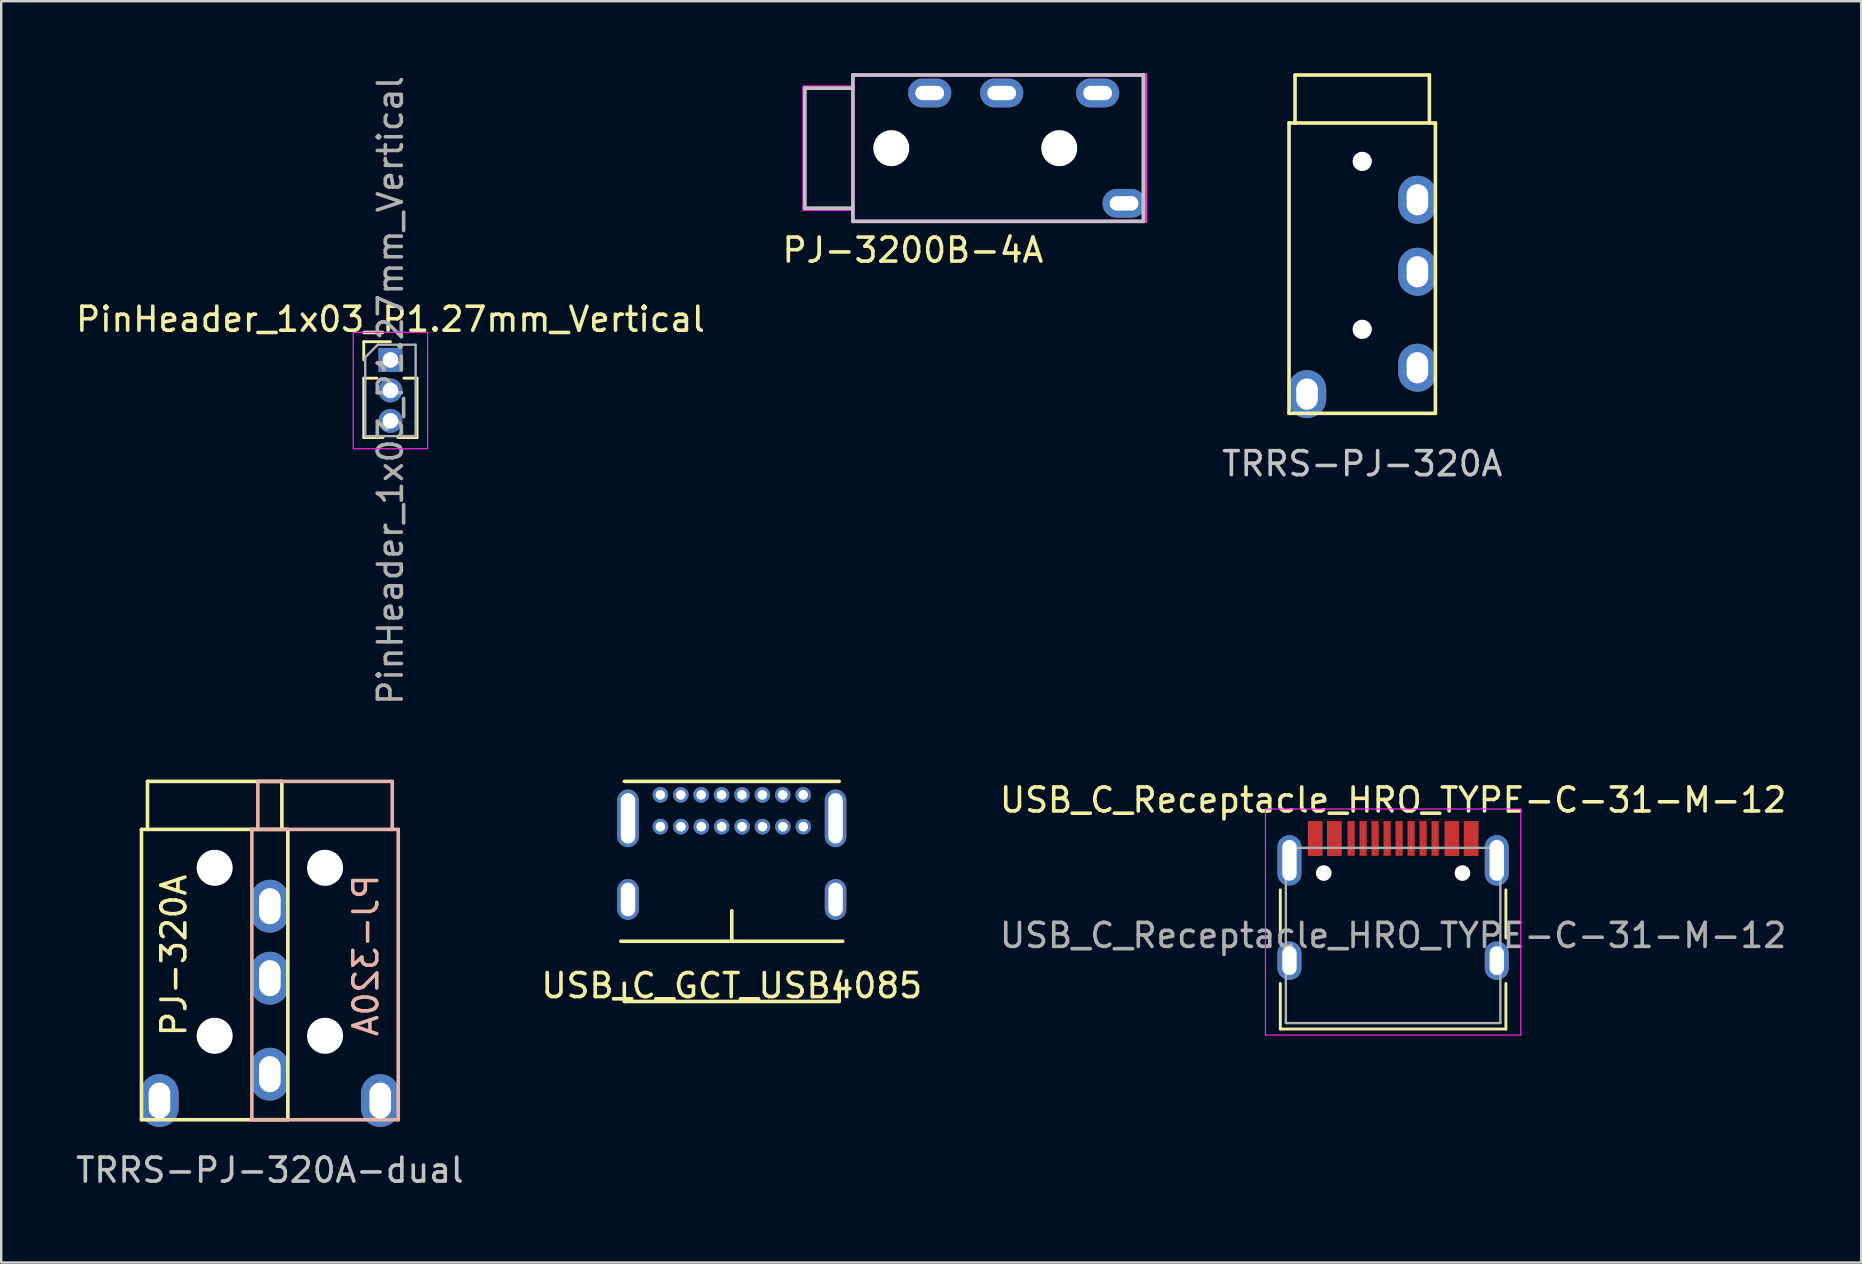
<source format=kicad_pcb>
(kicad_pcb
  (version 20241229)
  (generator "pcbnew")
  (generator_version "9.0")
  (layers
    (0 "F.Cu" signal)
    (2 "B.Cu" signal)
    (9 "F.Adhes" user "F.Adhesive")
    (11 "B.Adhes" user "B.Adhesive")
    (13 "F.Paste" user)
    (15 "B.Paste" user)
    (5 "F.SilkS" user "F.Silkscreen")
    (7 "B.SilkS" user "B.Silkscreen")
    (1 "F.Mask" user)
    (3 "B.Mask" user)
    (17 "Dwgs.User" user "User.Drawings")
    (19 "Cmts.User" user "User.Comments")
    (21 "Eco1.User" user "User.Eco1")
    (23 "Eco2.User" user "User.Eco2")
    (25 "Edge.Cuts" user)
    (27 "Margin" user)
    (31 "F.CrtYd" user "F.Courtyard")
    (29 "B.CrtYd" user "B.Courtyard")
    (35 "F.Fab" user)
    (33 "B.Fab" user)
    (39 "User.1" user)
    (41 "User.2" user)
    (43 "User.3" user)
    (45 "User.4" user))
  (footprint "USB_C_Receptacle_HRO_TYPE-C-31-M-12"
    (layer "F.Cu")
    (at 55.006 35.934)
    (property "Reference" "USB_C_Receptacle_HRO_TYPE-C-31-M-12" (at 0 -5.645 0) (layer "F.SilkS") (effects (font (size 1 1) (thickness 0.15))))
    (attr smd)
    (fp_line (start -4.7 -1.9) (end -4.7 0.1) (stroke (width 0.12) (type solid)) (layer "F.SilkS"))
    (fp_line (start -4.7 2) (end -4.7 3.9) (stroke (width 0.12) (type solid)) (layer "F.SilkS"))
    (fp_line (start -4.7 3.9) (end 4.7 3.9) (stroke (width 0.12) (type solid)) (layer "F.SilkS"))
    (fp_line (start 4.7 -1.9) (end 4.7 0.1) (stroke (width 0.12) (type solid)) (layer "F.SilkS"))
    (fp_line (start 4.7 2) (end 4.7 3.9) (stroke (width 0.12) (type solid)) (layer "F.SilkS"))
    (fp_line (start -5.32 -5.27) (end -5.32 4.15) (stroke (width 0.05) (type solid)) (layer "F.CrtYd"))
    (fp_line (start -5.32 -5.27) (end 5.32 -5.27) (stroke (width 0.05) (type solid)) (layer "F.CrtYd"))
    (fp_line (start -5.32 4.15) (end 5.32 4.15) (stroke (width 0.05) (type solid)) (layer "F.CrtYd"))
    (fp_line (start 5.32 -5.27) (end 5.32 4.15) (stroke (width 0.05) (type solid)) (layer "F.CrtYd"))
    (fp_line (start -4.47 -3.65) (end -4.47 3.65) (stroke (width 0.1) (type solid)) (layer "F.Fab"))
    (fp_line (start -4.47 -3.65) (end 4.47 -3.65) (stroke (width 0.1) (type solid)) (layer "F.Fab"))
    (fp_line (start -4.47 3.65) (end 4.47 3.65) (stroke (width 0.1) (type solid)) (layer "F.Fab"))
    (fp_line (start 4.47 -3.65) (end 4.47 3.65) (stroke (width 0.1) (type solid)) (layer "F.Fab"))
    (fp_text user "${REFERENCE}" (at 0 0 0) (layer "F.Fab") (effects (font (size 1 1) (thickness 0.15))))
    (pad "" np_thru_hole circle (at -2.89 -2.6) (size 0.65 0.65) (drill 0.65) (layers "*.Cu" "*.Mask"))
    (pad "" np_thru_hole circle (at 2.89 -2.6) (size 0.65 0.65) (drill 0.65) (layers "*.Cu" "*.Mask"))
    (pad "A1" smd rect (at -3.25 -4.045) (size 0.6 1.45) (layers "F.Cu" "F.Mask" "F.Paste"))
    (pad "A4" smd rect (at -2.45 -4.045) (size 0.6 1.45) (layers "F.Cu" "F.Mask" "F.Paste"))
    (pad "A5" smd rect (at -1.25 -4.045) (size 0.3 1.45) (layers "F.Cu" "F.Mask" "F.Paste"))
    (pad "A6" smd rect (at -0.25 -4.045) (size 0.3 1.45) (layers "F.Cu" "F.Mask" "F.Paste"))
    (pad "A7" smd rect (at 0.25 -4.045) (size 0.3 1.45) (layers "F.Cu" "F.Mask" "F.Paste"))
    (pad "A8" smd rect (at 1.25 -4.045) (size 0.3 1.45) (layers "F.Cu" "F.Mask" "F.Paste"))
    (pad "A9" smd rect (at 2.45 -4.045) (size 0.6 1.45) (layers "F.Cu" "F.Mask" "F.Paste"))
    (pad "A12" smd rect (at 3.25 -4.045) (size 0.6 1.45) (layers "F.Cu" "F.Mask" "F.Paste"))
    (pad "B1" smd rect (at 3.25 -4.045) (size 0.6 1.45) (layers "F.Cu" "F.Mask" "F.Paste"))
    (pad "B4" smd rect (at 2.45 -4.045) (size 0.6 1.45) (layers "F.Cu" "F.Mask" "F.Paste"))
    (pad "B5" smd rect (at 1.75 -4.045) (size 0.3 1.45) (layers "F.Cu" "F.Mask" "F.Paste"))
    (pad "B6" smd rect (at 0.75 -4.045) (size 0.3 1.45) (layers "F.Cu" "F.Mask" "F.Paste"))
    (pad "B7" smd rect (at -0.75 -4.045) (size 0.3 1.45) (layers "F.Cu" "F.Mask" "F.Paste"))
    (pad "B8" smd rect (at -1.75 -4.045) (size 0.3 1.45) (layers "F.Cu" "F.Mask" "F.Paste"))
    (pad "B9" smd rect (at -2.45 -4.045) (size 0.6 1.45) (layers "F.Cu" "F.Mask" "F.Paste"))
    (pad "B12" smd rect (at -3.25 -4.045) (size 0.6 1.45) (layers "F.Cu" "F.Mask" "F.Paste"))
    (pad "S1" thru_hole oval (at -4.32 -3.13) (size 1 2.1) (drill oval 0.6 1.7) (layers "*.Cu" "*.Mask"))
    (pad "S1" thru_hole oval (at -4.32 1.05) (size 1 1.6) (drill oval 0.6 1.2) (layers "*.Cu" "*.Mask"))
    (pad "S1" thru_hole oval (at 4.32 -3.13) (size 1 2.1) (drill oval 0.6 1.7) (layers "*.Cu" "*.Mask"))
    (pad "S1" thru_hole oval (at 4.32 1.05) (size 1 1.6) (drill oval 0.6 1.2) (layers "*.Cu" "*.Mask")))
  (footprint "PJ-3200B-4A"
    (layer "F.Cu")
    (at 32.494 3.125)
    (property "Reference" "PJ-3200B-4A" (at 2.5 4.25 0) (layer "F.SilkS") (effects (font (size 1 1) (thickness 0.15))))
    (attr through_hole)
    (fp_line (start -2 2.5) (end -2 -2.5) (stroke (width 0.15) (type solid)) (layer "Dwgs.User"))
    (fp_line (start 0 -3.05) (end 0 3.05) (stroke (width 0.15) (type solid)) (layer "Dwgs.User"))
    (fp_line (start 0 -3.05) (end 12.1 -3.05) (stroke (width 0.15) (type solid)) (layer "Dwgs.User"))
    (fp_line (start 0 -2.5) (end -2 -2.5) (stroke (width 0.15) (type solid)) (layer "Dwgs.User"))
    (fp_line (start 0 2.5) (end -2 2.5) (stroke (width 0.15) (type solid)) (layer "Dwgs.User"))
    (fp_line (start 0 3.05) (end 12.1 3.05) (stroke (width 0.15) (type solid)) (layer "Dwgs.User"))
    (fp_line (start 12.1 -3.05) (end 12.1 3.05) (stroke (width 0.15) (type solid)) (layer "Dwgs.User"))
    (fp_line (start -2.032 -2.54) (end -2.032 2.54) (stroke (width 0.15) (type solid)) (layer "F.CrtYd"))
    (fp_line (start -2.032 2.54) (end 0 2.54) (stroke (width 0.15) (type solid)) (layer "F.CrtYd"))
    (fp_line (start 0 -3.048) (end 12.192 -3.048) (stroke (width 0.15) (type solid)) (layer "F.CrtYd"))
    (fp_line (start 0 -2.54) (end -2.032 -2.54) (stroke (width 0.15) (type solid)) (layer "F.CrtYd"))
    (fp_line (start 0 3.048) (end 0 -3.048) (stroke (width 0.15) (type solid)) (layer "F.CrtYd"))
    (fp_line (start 12.192 -3.048) (end 12.192 3.048) (stroke (width 0.15) (type solid)) (layer "F.CrtYd"))
    (fp_line (start 12.192 3.048) (end 0 3.048) (stroke (width 0.15) (type solid)) (layer "F.CrtYd"))
    (pad "" np_thru_hole circle (at 1.6 0) (size 1.5 1.5) (drill 1.5) (layers "*.Cu" "*.Mask"))
    (pad "" np_thru_hole circle (at 8.6 0) (size 1.5 1.5) (drill 1.5) (layers "*.Cu" "*.Mask"))
    (pad "1" thru_hole oval (at 3.2 -2.3) (size 1.8 1.2) (drill oval 1.2 0.6) (layers "*.Cu" "*.Mask"))
    (pad "2" thru_hole oval (at 6.2 -2.3) (size 1.8 1.2) (drill oval 1.2 0.6) (layers "*.Cu" "*.Mask"))
    (pad "3" thru_hole oval (at 10.2 -2.3) (size 1.8 1.2) (drill oval 1.2 0.6) (layers "*.Cu" "*.Mask"))
    (pad "4" thru_hole oval (at 11.3 2.3) (size 1.8 1.2) (drill oval 1.2 0.6) (layers "*.Cu" "*.Mask")))
  (footprint "TRRS-PJ-320A-dual"
    (layer "F.Cu")
    (at 8.196 31.515)
    (property "Reference" "TRRS-PJ-320A-dual" (at 0 14.2 0) (layer "Dwgs.User") (effects (font (size 1 1) (thickness 0.15))))
    (attr through_hole)
    (fp_line (start -5.35 0) (end -5.35 12.1) (stroke (width 0.15) (type solid)) (layer "F.SilkS"))
    (fp_line (start -5.1 0) (end -5.1 -2) (stroke (width 0.15) (type solid)) (layer "F.SilkS"))
    (fp_line (start 0.5 -2) (end -5.1 -2) (stroke (width 0.15) (type solid)) (layer "F.SilkS"))
    (fp_line (start 0.5 0) (end 0.5 -2) (stroke (width 0.15) (type solid)) (layer "F.SilkS"))
    (fp_line (start 0.75 0) (end -5.35 0) (stroke (width 0.15) (type solid)) (layer "F.SilkS"))
    (fp_line (start 0.75 0) (end 0.75 12.1) (stroke (width 0.15) (type solid)) (layer "F.SilkS"))
    (fp_line (start 0.75 12.1) (end -5.35 12.1) (stroke (width 0.15) (type solid)) (layer "F.SilkS"))
    (fp_line (start -0.75 0) (end -0.75 12.1) (stroke (width 0.15) (type solid)) (layer "B.SilkS"))
    (fp_line (start -0.75 0) (end 5.35 0) (stroke (width 0.15) (type solid)) (layer "B.SilkS"))
    (fp_line (start -0.75 12.1) (end 5.35 12.1) (stroke (width 0.15) (type solid)) (layer "B.SilkS"))
    (fp_line (start -0.5 -2) (end 5.1 -2) (stroke (width 0.15) (type solid)) (layer "B.SilkS"))
    (fp_line (start -0.5 0) (end -0.5 -2) (stroke (width 0.15) (type solid)) (layer "B.SilkS"))
    (fp_line (start 5.1 0) (end 5.1 -2) (stroke (width 0.15) (type solid)) (layer "B.SilkS"))
    (fp_line (start 5.35 0) (end 5.35 12.1) (stroke (width 0.15) (type solid)) (layer "B.SilkS"))
    (fp_text user "PJ-320A" (at -4 5.25 90) (layer "F.SilkS") (effects (font (size 1 1) (thickness 0.15))))
    (fp_text user "PJ-320A" (at 4 5.25 270) (layer "B.SilkS") (effects (font (size 1 1) (thickness 0.15)) (justify mirror)))
    (pad "" np_thru_hole circle (at -2.3 1.6) (size 1.5 1.5) (drill 1.5) (layers "*.Cu" "*.Mask"))
    (pad "" np_thru_hole circle (at -2.3 8.6) (size 1.5 1.5) (drill 1.5) (layers "*.Cu" "*.Mask"))
    (pad "" np_thru_hole circle (at 2.3 1.6) (size 1.5 1.5) (drill 1.5) (layers "*.Cu" "*.Mask"))
    (pad "" np_thru_hole circle (at 2.3 8.6) (size 1.5 1.5) (drill 1.5) (layers "*.Cu" "*.Mask"))
    (pad "1" thru_hole oval (at -4.6 11.3) (size 1.6 2.2) (drill oval 0.9 1.5) (layers "*.Cu" "*.Mask"))
    (pad "1" thru_hole oval (at 4.6 11.3) (size 1.6 2.2) (drill oval 0.9 1.5) (layers "*.Cu" "*.Mask"))
    (pad "2" thru_hole oval (at 0 10.2) (size 1.6 2.2) (drill oval 0.9 1.5) (layers "*.Cu" "*.Mask"))
    (pad "3" thru_hole oval (at 0 6.2) (size 1.6 2.2) (drill oval 0.9 1.5) (layers "*.Cu" "*.Mask"))
    (pad "4" thru_hole oval (at 0 3.2) (size 1.6 2.2) (drill oval 0.9 1.5) (layers "*.Cu" "*.Mask")))
  (footprint "PinHeader_1x03_P1.27mm_Vertical"
    (layer "F.Cu")
    (at 13.22 11.95)
    (property "Reference" "PinHeader_1x03_P1.27mm_Vertical" (at 0 -1.695 0) (layer "F.SilkS") (effects (font (size 1 1) (thickness 0.15))))
    (attr through_hole)
    (fp_line (start -1.11 -0.76) (end 0 -0.76) (stroke (width 0.12) (type solid)) (layer "F.SilkS"))
    (fp_line (start -1.11 0) (end -1.11 -0.76) (stroke (width 0.12) (type solid)) (layer "F.SilkS"))
    (fp_line (start -1.11 0.76) (end -1.11 3.235) (stroke (width 0.12) (type solid)) (layer "F.SilkS"))
    (fp_line (start -1.11 0.76) (end -0.563 0.76) (stroke (width 0.12) (type solid)) (layer "F.SilkS"))
    (fp_line (start -1.11 3.235) (end -0.308 3.235) (stroke (width 0.12) (type solid)) (layer "F.SilkS"))
    (fp_line (start 0.308 3.235) (end 1.11 3.235) (stroke (width 0.12) (type solid)) (layer "F.SilkS"))
    (fp_line (start 0.563 0.76) (end 1.11 0.76) (stroke (width 0.12) (type solid)) (layer "F.SilkS"))
    (fp_line (start 1.11 0.76) (end 1.11 3.235) (stroke (width 0.12) (type solid)) (layer "F.SilkS"))
    (fp_line (start -1.55 -1.15) (end -1.55 3.7) (stroke (width 0.05) (type solid)) (layer "F.CrtYd"))
    (fp_line (start -1.55 3.7) (end 1.55 3.7) (stroke (width 0.05) (type solid)) (layer "F.CrtYd"))
    (fp_line (start 1.55 -1.15) (end -1.55 -1.15) (stroke (width 0.05) (type solid)) (layer "F.CrtYd"))
    (fp_line (start 1.55 3.7) (end 1.55 -1.15) (stroke (width 0.05) (type solid)) (layer "F.CrtYd"))
    (fp_line (start -1.05 -0.11) (end -0.525 -0.635) (stroke (width 0.1) (type solid)) (layer "F.Fab"))
    (fp_line (start -1.05 3.175) (end -1.05 -0.11) (stroke (width 0.1) (type solid)) (layer "F.Fab"))
    (fp_line (start -0.525 -0.635) (end 1.05 -0.635) (stroke (width 0.1) (type solid)) (layer "F.Fab"))
    (fp_line (start 1.05 -0.635) (end 1.05 3.175) (stroke (width 0.1) (type solid)) (layer "F.Fab"))
    (fp_line (start 1.05 3.175) (end -1.05 3.175) (stroke (width 0.1) (type solid)) (layer "F.Fab"))
    (fp_text user "${REFERENCE}" (at 0 1.27 90) (layer "F.Fab") (effects (font (size 1 1) (thickness 0.15))))
    (pad "1" thru_hole rect (at 0 0) (size 1 1) (drill 0.65) (layers "*.Cu" "*.Mask"))
    (pad "2" thru_hole oval (at 0 1.27) (size 1 1) (drill 0.65) (layers "*.Cu" "*.Mask"))
    (pad "3" thru_hole oval (at 0 2.54) (size 1 1) (drill 0.65) (layers "*.Cu" "*.Mask")))
  (footprint "TRRS-PJ-320A"
    (layer "F.Cu")
    (at 53.719 2.075)
    (property "Reference" "TRRS-PJ-320A" (at 0 14.2 0) (layer "Dwgs.User") (effects (font (size 1 1) (thickness 0.15))))
    (attr through_hole)
    (fp_line (start -3.05 0) (end -3.05 12.1) (stroke (width 0.15) (type solid)) (layer "F.SilkS"))
    (fp_line (start -2.8 0) (end -2.8 -2) (stroke (width 0.15) (type solid)) (layer "F.SilkS"))
    (fp_line (start 2.8 -2) (end -2.8 -2) (stroke (width 0.15) (type solid)) (layer "F.SilkS"))
    (fp_line (start 2.8 0) (end 2.8 -2) (stroke (width 0.15) (type solid)) (layer "F.SilkS"))
    (fp_line (start 3.05 0) (end -3.05 0) (stroke (width 0.15) (type solid)) (layer "F.SilkS"))
    (fp_line (start 3.05 0) (end 3.05 12.1) (stroke (width 0.15) (type solid)) (layer "F.SilkS"))
    (fp_line (start 3.05 12.1) (end -3.05 12.1) (stroke (width 0.15) (type solid)) (layer "F.SilkS"))
    (pad "" np_thru_hole circle (at 0 1.6) (size 0.8 0.8) (drill 0.8) (layers "*.Cu" "*.Mask"))
    (pad "" np_thru_hole circle (at 0 8.6) (size 0.8 0.8) (drill 0.8) (layers "*.Cu" "*.Mask"))
    (pad "1" thru_hole oval (at -2.3 11.3) (size 1.6 2) (drill oval 0.9 1.3) (layers "*.Cu" "*.Mask"))
    (pad "2" thru_hole oval (at 2.3 10.2) (size 1.6 2) (drill oval 0.9 1.3) (layers "*.Cu" "*.Mask"))
    (pad "3" thru_hole oval (at 2.3 6.2) (size 1.6 2) (drill oval 0.9 1.3) (layers "*.Cu" "*.Mask"))
    (pad "4" thru_hole oval (at 2.3 3.2) (size 1.6 2) (drill oval 0.9 1.3) (layers "*.Cu" "*.Mask")))
  (footprint "USB_C_GCT_USB4085"
    (layer "F.Cu")
    (at 27.446 36.175)
    (property "Reference" "USB_C_GCT_USB4085" (at 0 1.85 0) (layer "F.SilkS") (effects (font (size 1 1) (thickness 0.15))))
    (attr through_hole)
    (fp_line (start -4.625 0) (end 4.625 0) (stroke (width 0.15) (type solid)) (layer "F.SilkS"))
    (fp_line (start -4.475 -6.66) (end 4.475 -6.66) (stroke (width 0.15) (type solid)) (layer "F.SilkS"))
    (fp_line (start -4.475 2.51) (end -4.48 1.75) (stroke (width 0.15) (type solid)) (layer "F.SilkS"))
    (fp_line (start -4.475 2.51) (end 4.475 2.51) (stroke (width 0.15) (type solid)) (layer "F.SilkS"))
    (fp_line (start 0 0) (end 0 -1.27) (stroke (width 0.15) (type solid)) (layer "F.SilkS"))
    (fp_line (start 4.48 1.75) (end 4.475 2.51) (stroke (width 0.15) (type solid)) (layer "F.SilkS"))
    (pad "A1" thru_hole circle (at -2.975 -6.1) (size 0.65 0.65) (drill 0.4) (layers "*.Cu" "*.Mask"))
    (pad "A4" thru_hole circle (at -2.125 -6.1) (size 0.65 0.65) (drill 0.4) (layers "*.Cu" "*.Mask"))
    (pad "A5" thru_hole circle (at -1.275 -6.1) (size 0.65 0.65) (drill 0.4) (layers "*.Cu" "*.Mask"))
    (pad "A6" thru_hole circle (at -0.425 -6.1) (size 0.65 0.65) (drill 0.4) (layers "*.Cu" "*.Mask"))
    (pad "A7" thru_hole circle (at 0.425 -6.1) (size 0.65 0.65) (drill 0.4) (layers "*.Cu" "*.Mask"))
    (pad "A8" thru_hole circle (at 1.275 -6.1) (size 0.65 0.65) (drill 0.4) (layers "*.Cu" "*.Mask"))
    (pad "A9" thru_hole circle (at 2.125 -6.1) (size 0.65 0.65) (drill 0.4) (layers "*.Cu" "*.Mask"))
    (pad "A12" thru_hole circle (at 2.975 -6.1) (size 0.65 0.65) (drill 0.4) (layers "*.Cu" "*.Mask"))
    (pad "B1" thru_hole circle (at 2.98 -4.775) (size 0.65 0.65) (drill 0.4) (layers "*.Cu" "*.Mask"))
    (pad "B4" thru_hole circle (at 2.13 -4.775) (size 0.65 0.65) (drill 0.4) (layers "*.Cu" "*.Mask"))
    (pad "B5" thru_hole circle (at 1.28 -4.775) (size 0.65 0.65) (drill 0.4) (layers "*.Cu" "*.Mask"))
    (pad "B6" thru_hole circle (at 0.43 -4.775) (size 0.65 0.65) (drill 0.4) (layers "*.Cu" "*.Mask"))
    (pad "B7" thru_hole circle (at -0.42 -4.775) (size 0.65 0.65) (drill 0.4) (layers "*.Cu" "*.Mask"))
    (pad "B8" thru_hole circle (at -1.27 -4.775) (size 0.65 0.65) (drill 0.4) (layers "*.Cu" "*.Mask"))
    (pad "B9" thru_hole circle (at -2.12 -4.775) (size 0.65 0.65) (drill 0.4) (layers "*.Cu" "*.Mask"))
    (pad "B12" thru_hole circle (at -2.975 -4.775) (size 0.65 0.65) (drill 0.4) (layers "*.Cu" "*.Mask"))
    (pad "S1" thru_hole oval (at -4.325 -5.12) (size 0.9 2.4) (drill oval 0.6 2.1) (layers "*.Cu" "*.Mask"))
    (pad "S1" thru_hole oval (at -4.325 -1.74) (size 0.9 1.7) (drill oval 0.6 1.4) (layers "*.Cu" "*.Mask"))
    (pad "S1" thru_hole oval (at 4.325 -5.12) (size 0.9 2.4) (drill oval 0.6 2.1) (layers "*.Cu" "*.Mask"))
    (pad "S1" thru_hole oval (at 4.325 -1.74) (size 0.9 1.7) (drill oval 0.6 1.4) (layers "*.Cu" "*.Mask")))
  (gr_rect
    (start -3 -3)
    (end 74.512 49.564)
    (stroke (width 0.1) (type default))
    (fill no)
    (layer "Edge.Cuts")))
</source>
